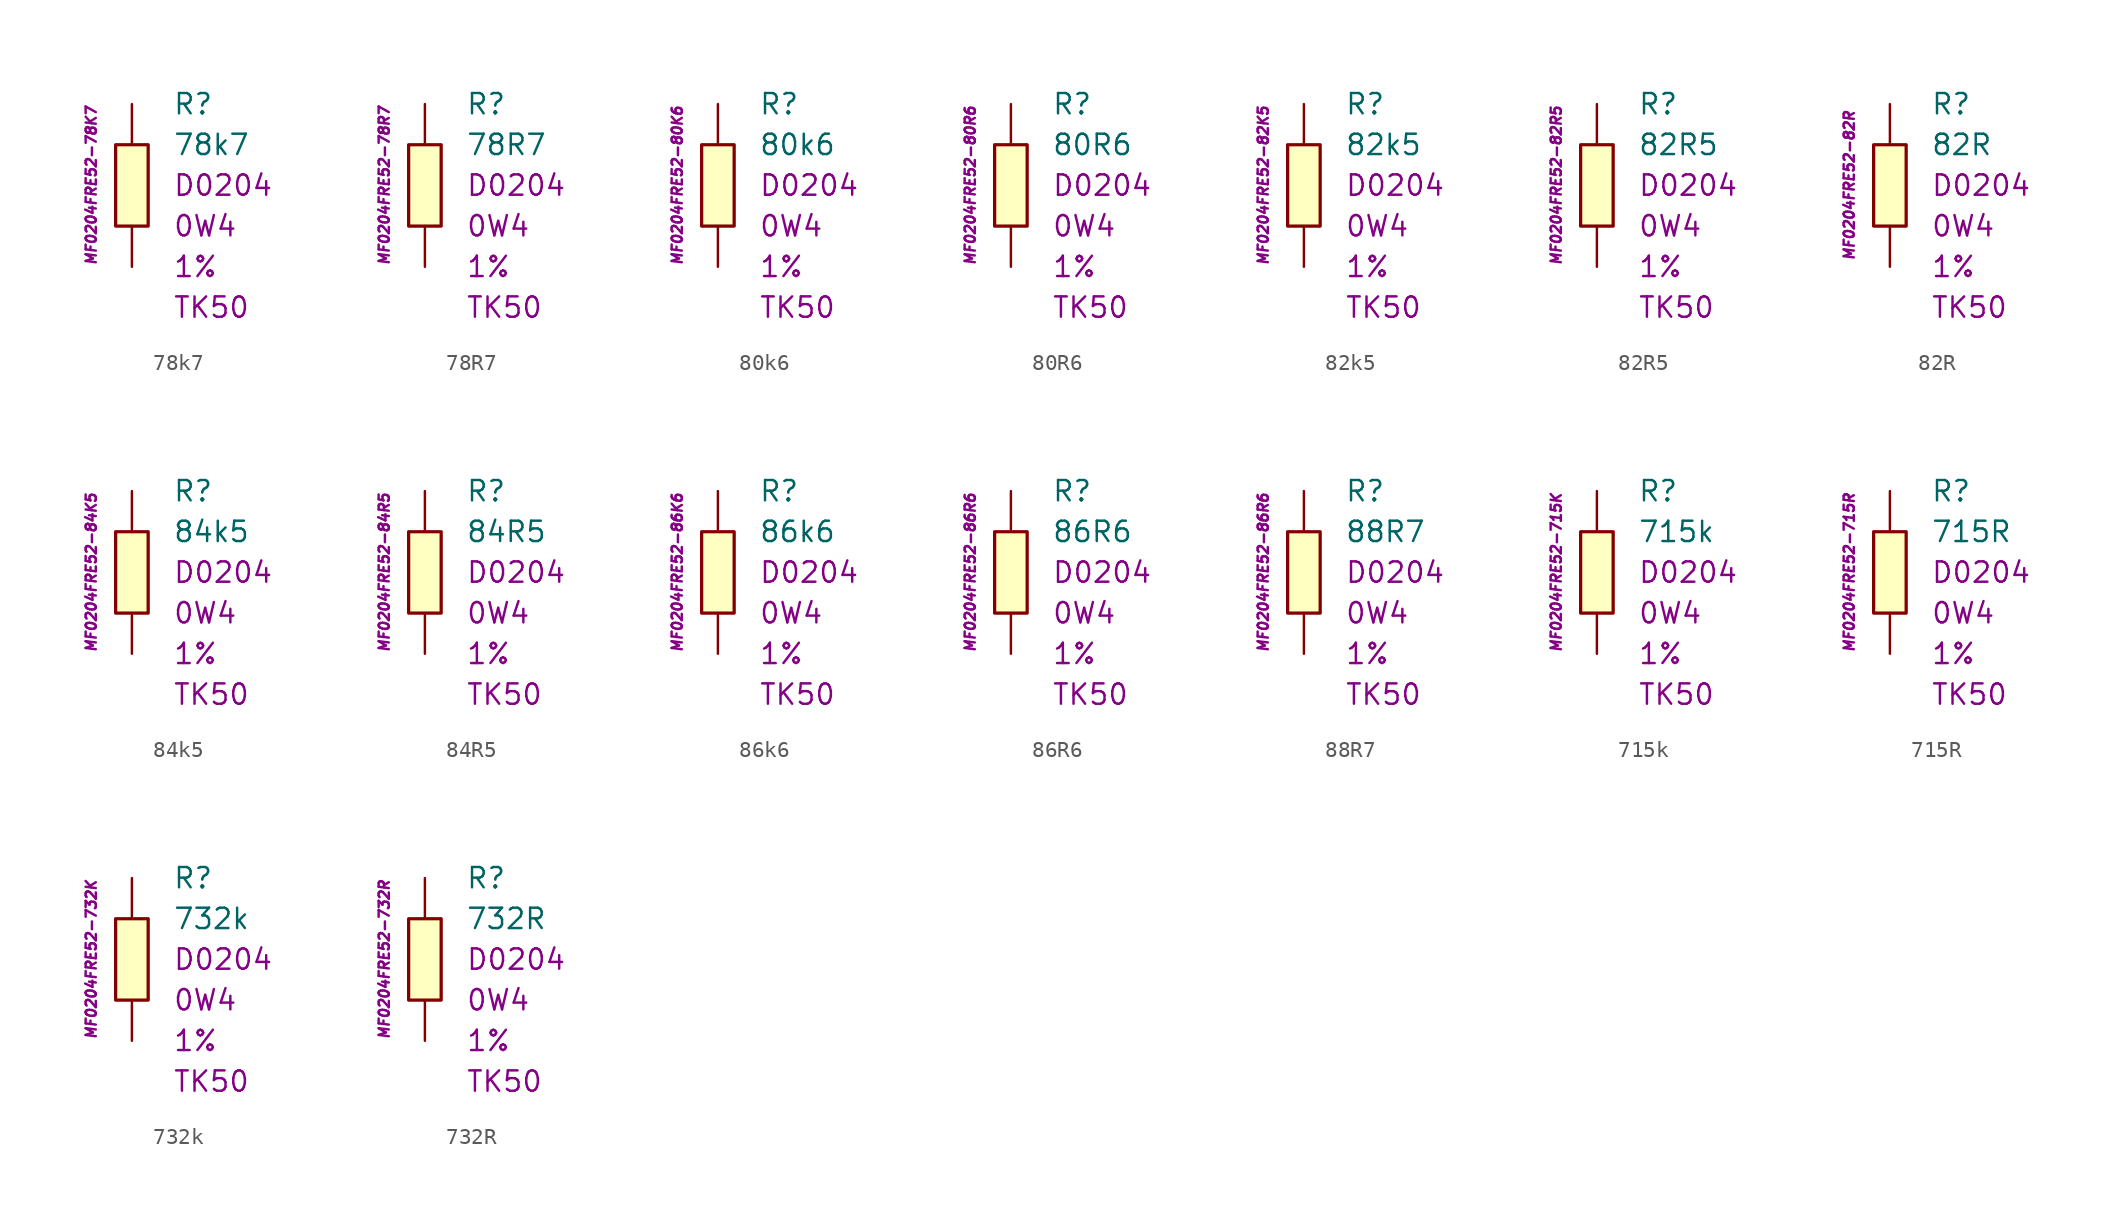
<source format=kicad_sym>
(kicad_symbol_lib
  (version 20201005)
  (generator kicad_symbol_editor)
  (symbol "78k7"
    (pin_numbers hide)
    (pin_names
      (offset 1.016) hide)
    (property "Reference" "R"
      (at 2.54 5.08 0)
      (effects (font (size 1.27 1.27)) (justify left)))
    (property "Value" "78k7"
      (at 2.54 2.54 0)
      (effects (font (size 1.27 1.27)) (justify left)))
    (property "Package" "D0204"
      (at 2.54 0 0)
      (effects (font (size 1.27 1.27)) (justify left)))
    (property "Power" "0W4"
      (at 2.54 -2.54 0)
      (effects (font (size 1.27 1.27)) (justify left)))
    (property "Tolerance" "1%"
      (at 2.54 -5.08 0)
      (effects (font (size 1.27 1.27)) (justify left)))
    (property "TK" "TK50"
      (at 2.54 -7.62 0)
      (effects (font (size 1.27 1.27)) (justify left)))
    (property "ID" "MF0204FRE52-78K7"
      (at -2.54 0 90)
      (effects (font (size 0.635 0.635) italic)))
    (symbol "78k7_0_1"
      (rectangle (start -1.016 2.54) (end 1.016 -2.54) (stroke (width 0.203)) (fill (type background))))
    (symbol "78k7_1_1"
      (pin passive line (at 0 5.08 270) (length 2.54) (name "~" (effects (font (size 1.778 1.778)))) (number "1" (effects (font (size 1.778 1.778)))))
      (pin passive line (at 0 -5.08 90) (length 2.54) (name "~" (effects (font (size 1.778 1.778)))) (number "2" (effects (font (size 1.778 1.778)))))))
  (symbol "78R7"
    (pin_numbers hide)
    (pin_names
      (offset 1.016) hide)
    (property "Reference" "R"
      (at 2.54 5.08 0)
      (effects (font (size 1.27 1.27)) (justify left)))
    (property "Value" "78R7"
      (at 2.54 2.54 0)
      (effects (font (size 1.27 1.27)) (justify left)))
    (property "Package" "D0204"
      (at 2.54 0 0)
      (effects (font (size 1.27 1.27)) (justify left)))
    (property "Power" "0W4"
      (at 2.54 -2.54 0)
      (effects (font (size 1.27 1.27)) (justify left)))
    (property "Tolerance" "1%"
      (at 2.54 -5.08 0)
      (effects (font (size 1.27 1.27)) (justify left)))
    (property "TK" "TK50"
      (at 2.54 -7.62 0)
      (effects (font (size 1.27 1.27)) (justify left)))
    (property "ID" "MF0204FRE52-78R7"
      (at -2.54 0 90)
      (effects (font (size 0.635 0.635) italic)))
    (symbol "78R7_0_1"
      (rectangle (start -1.016 2.54) (end 1.016 -2.54) (stroke (width 0.203)) (fill (type background))))
    (symbol "78R7_1_1"
      (pin passive line (at 0 5.08 270) (length 2.54) (name "~" (effects (font (size 1.778 1.778)))) (number "1" (effects (font (size 1.778 1.778)))))
      (pin passive line (at 0 -5.08 90) (length 2.54) (name "~" (effects (font (size 1.778 1.778)))) (number "2" (effects (font (size 1.778 1.778)))))))
  (symbol "80k6"
    (pin_numbers hide)
    (pin_names
      (offset 1.016) hide)
    (property "Reference" "R"
      (at 2.54 5.08 0)
      (effects (font (size 1.27 1.27)) (justify left)))
    (property "Value" "80k6"
      (at 2.54 2.54 0)
      (effects (font (size 1.27 1.27)) (justify left)))
    (property "Package" "D0204"
      (at 2.54 0 0)
      (effects (font (size 1.27 1.27)) (justify left)))
    (property "Power" "0W4"
      (at 2.54 -2.54 0)
      (effects (font (size 1.27 1.27)) (justify left)))
    (property "Tolerance" "1%"
      (at 2.54 -5.08 0)
      (effects (font (size 1.27 1.27)) (justify left)))
    (property "TK" "TK50"
      (at 2.54 -7.62 0)
      (effects (font (size 1.27 1.27)) (justify left)))
    (property "ID" "MF0204FRE52-80K6"
      (at -2.54 0 90)
      (effects (font (size 0.635 0.635) italic)))
    (symbol "80k6_0_1"
      (rectangle (start -1.016 2.54) (end 1.016 -2.54) (stroke (width 0.203)) (fill (type background))))
    (symbol "80k6_1_1"
      (pin passive line (at 0 5.08 270) (length 2.54) (name "~" (effects (font (size 1.778 1.778)))) (number "1" (effects (font (size 1.778 1.778)))))
      (pin passive line (at 0 -5.08 90) (length 2.54) (name "~" (effects (font (size 1.778 1.778)))) (number "2" (effects (font (size 1.778 1.778)))))))
  (symbol "80R6"
    (pin_numbers hide)
    (pin_names
      (offset 1.016) hide)
    (property "Reference" "R"
      (at 2.54 5.08 0)
      (effects (font (size 1.27 1.27)) (justify left)))
    (property "Value" "80R6"
      (at 2.54 2.54 0)
      (effects (font (size 1.27 1.27)) (justify left)))
    (property "Package" "D0204"
      (at 2.54 0 0)
      (effects (font (size 1.27 1.27)) (justify left)))
    (property "Power" "0W4"
      (at 2.54 -2.54 0)
      (effects (font (size 1.27 1.27)) (justify left)))
    (property "Tolerance" "1%"
      (at 2.54 -5.08 0)
      (effects (font (size 1.27 1.27)) (justify left)))
    (property "TK" "TK50"
      (at 2.54 -7.62 0)
      (effects (font (size 1.27 1.27)) (justify left)))
    (property "ID" "MF0204FRE52-80R6"
      (at -2.54 0 90)
      (effects (font (size 0.635 0.635) italic)))
    (symbol "80R6_0_1"
      (rectangle (start -1.016 2.54) (end 1.016 -2.54) (stroke (width 0.203)) (fill (type background))))
    (symbol "80R6_1_1"
      (pin passive line (at 0 5.08 270) (length 2.54) (name "~" (effects (font (size 1.778 1.778)))) (number "1" (effects (font (size 1.778 1.778)))))
      (pin passive line (at 0 -5.08 90) (length 2.54) (name "~" (effects (font (size 1.778 1.778)))) (number "2" (effects (font (size 1.778 1.778)))))))
  (symbol "82k5"
    (pin_numbers hide)
    (pin_names
      (offset 1.016) hide)
    (property "Reference" "R"
      (at 2.54 5.08 0)
      (effects (font (size 1.27 1.27)) (justify left)))
    (property "Value" "82k5"
      (at 2.54 2.54 0)
      (effects (font (size 1.27 1.27)) (justify left)))
    (property "Package" "D0204"
      (at 2.54 0 0)
      (effects (font (size 1.27 1.27)) (justify left)))
    (property "Power" "0W4"
      (at 2.54 -2.54 0)
      (effects (font (size 1.27 1.27)) (justify left)))
    (property "Tolerance" "1%"
      (at 2.54 -5.08 0)
      (effects (font (size 1.27 1.27)) (justify left)))
    (property "TK" "TK50"
      (at 2.54 -7.62 0)
      (effects (font (size 1.27 1.27)) (justify left)))
    (property "ID" "MF0204FRE52-82K5"
      (at -2.54 0 90)
      (effects (font (size 0.635 0.635) italic)))
    (symbol "82k5_0_1"
      (rectangle (start -1.016 2.54) (end 1.016 -2.54) (stroke (width 0.203)) (fill (type background))))
    (symbol "82k5_1_1"
      (pin passive line (at 0 5.08 270) (length 2.54) (name "~" (effects (font (size 1.778 1.778)))) (number "1" (effects (font (size 1.778 1.778)))))
      (pin passive line (at 0 -5.08 90) (length 2.54) (name "~" (effects (font (size 1.778 1.778)))) (number "2" (effects (font (size 1.778 1.778)))))))
  (symbol "82R5"
    (pin_numbers hide)
    (pin_names
      (offset 1.016) hide)
    (property "Reference" "R"
      (at 2.54 5.08 0)
      (effects (font (size 1.27 1.27)) (justify left)))
    (property "Value" "82R5"
      (at 2.54 2.54 0)
      (effects (font (size 1.27 1.27)) (justify left)))
    (property "Package" "D0204"
      (at 2.54 0 0)
      (effects (font (size 1.27 1.27)) (justify left)))
    (property "Power" "0W4"
      (at 2.54 -2.54 0)
      (effects (font (size 1.27 1.27)) (justify left)))
    (property "Tolerance" "1%"
      (at 2.54 -5.08 0)
      (effects (font (size 1.27 1.27)) (justify left)))
    (property "TK" "TK50"
      (at 2.54 -7.62 0)
      (effects (font (size 1.27 1.27)) (justify left)))
    (property "ID" "MF0204FRE52-82R5"
      (at -2.54 0 90)
      (effects (font (size 0.635 0.635) italic)))
    (symbol "82R5_0_1"
      (rectangle (start -1.016 2.54) (end 1.016 -2.54) (stroke (width 0.203)) (fill (type background))))
    (symbol "82R5_1_1"
      (pin passive line (at 0 5.08 270) (length 2.54) (name "~" (effects (font (size 1.778 1.778)))) (number "1" (effects (font (size 1.778 1.778)))))
      (pin passive line (at 0 -5.08 90) (length 2.54) (name "~" (effects (font (size 1.778 1.778)))) (number "2" (effects (font (size 1.778 1.778)))))))
  (symbol "82R"
    (pin_numbers hide)
    (pin_names
      (offset 1.016) hide)
    (property "Reference" "R"
      (at 2.54 5.08 0)
      (effects (font (size 1.27 1.27)) (justify left)))
    (property "Value" "82R"
      (at 2.54 2.54 0)
      (effects (font (size 1.27 1.27)) (justify left)))
    (property "Package" "D0204"
      (at 2.54 0 0)
      (effects (font (size 1.27 1.27)) (justify left)))
    (property "Power" "0W4"
      (at 2.54 -2.54 0)
      (effects (font (size 1.27 1.27)) (justify left)))
    (property "Tolerance" "1%"
      (at 2.54 -5.08 0)
      (effects (font (size 1.27 1.27)) (justify left)))
    (property "TK" "TK50"
      (at 2.54 -7.62 0)
      (effects (font (size 1.27 1.27)) (justify left)))
    (property "ID" "MF0204FRE52-82R"
      (at -2.54 0 90)
      (effects (font (size 0.635 0.635) italic)))
    (symbol "82R_0_1"
      (rectangle (start -1.016 2.54) (end 1.016 -2.54) (stroke (width 0.203)) (fill (type background))))
    (symbol "82R_1_1"
      (pin passive line (at 0 5.08 270) (length 2.54) (name "~" (effects (font (size 1.778 1.778)))) (number "1" (effects (font (size 1.778 1.778)))))
      (pin passive line (at 0 -5.08 90) (length 2.54) (name "~" (effects (font (size 1.778 1.778)))) (number "2" (effects (font (size 1.778 1.778)))))))
  (symbol "84k5"
    (pin_numbers hide)
    (pin_names
      (offset 1.016) hide)
    (property "Reference" "R"
      (at 2.54 5.08 0)
      (effects (font (size 1.27 1.27)) (justify left)))
    (property "Value" "84k5"
      (at 2.54 2.54 0)
      (effects (font (size 1.27 1.27)) (justify left)))
    (property "Package" "D0204"
      (at 2.54 0 0)
      (effects (font (size 1.27 1.27)) (justify left)))
    (property "Power" "0W4"
      (at 2.54 -2.54 0)
      (effects (font (size 1.27 1.27)) (justify left)))
    (property "Tolerance" "1%"
      (at 2.54 -5.08 0)
      (effects (font (size 1.27 1.27)) (justify left)))
    (property "TK" "TK50"
      (at 2.54 -7.62 0)
      (effects (font (size 1.27 1.27)) (justify left)))
    (property "ID" "MF0204FRE52-84K5"
      (at -2.54 0 90)
      (effects (font (size 0.635 0.635) italic)))
    (symbol "84k5_0_1"
      (rectangle (start -1.016 2.54) (end 1.016 -2.54) (stroke (width 0.203)) (fill (type background))))
    (symbol "84k5_1_1"
      (pin passive line (at 0 5.08 270) (length 2.54) (name "~" (effects (font (size 1.778 1.778)))) (number "1" (effects (font (size 1.778 1.778)))))
      (pin passive line (at 0 -5.08 90) (length 2.54) (name "~" (effects (font (size 1.778 1.778)))) (number "2" (effects (font (size 1.778 1.778)))))))
  (symbol "84R5"
    (pin_numbers hide)
    (pin_names
      (offset 1.016) hide)
    (property "Reference" "R"
      (at 2.54 5.08 0)
      (effects (font (size 1.27 1.27)) (justify left)))
    (property "Value" "84R5"
      (at 2.54 2.54 0)
      (effects (font (size 1.27 1.27)) (justify left)))
    (property "Package" "D0204"
      (at 2.54 0 0)
      (effects (font (size 1.27 1.27)) (justify left)))
    (property "Power" "0W4"
      (at 2.54 -2.54 0)
      (effects (font (size 1.27 1.27)) (justify left)))
    (property "Tolerance" "1%"
      (at 2.54 -5.08 0)
      (effects (font (size 1.27 1.27)) (justify left)))
    (property "TK" "TK50"
      (at 2.54 -7.62 0)
      (effects (font (size 1.27 1.27)) (justify left)))
    (property "ID" "MF0204FRE52-84R5"
      (at -2.54 0 90)
      (effects (font (size 0.635 0.635) italic)))
    (symbol "84R5_0_1"
      (rectangle (start -1.016 2.54) (end 1.016 -2.54) (stroke (width 0.203)) (fill (type background))))
    (symbol "84R5_1_1"
      (pin passive line (at 0 5.08 270) (length 2.54) (name "~" (effects (font (size 1.778 1.778)))) (number "1" (effects (font (size 1.778 1.778)))))
      (pin passive line (at 0 -5.08 90) (length 2.54) (name "~" (effects (font (size 1.778 1.778)))) (number "2" (effects (font (size 1.778 1.778)))))))
  (symbol "86k6"
    (pin_numbers hide)
    (pin_names
      (offset 1.016) hide)
    (property "Reference" "R"
      (at 2.54 5.08 0)
      (effects (font (size 1.27 1.27)) (justify left)))
    (property "Value" "86k6"
      (at 2.54 2.54 0)
      (effects (font (size 1.27 1.27)) (justify left)))
    (property "Package" "D0204"
      (at 2.54 0 0)
      (effects (font (size 1.27 1.27)) (justify left)))
    (property "Power" "0W4"
      (at 2.54 -2.54 0)
      (effects (font (size 1.27 1.27)) (justify left)))
    (property "Tolerance" "1%"
      (at 2.54 -5.08 0)
      (effects (font (size 1.27 1.27)) (justify left)))
    (property "TK" "TK50"
      (at 2.54 -7.62 0)
      (effects (font (size 1.27 1.27)) (justify left)))
    (property "ID" "MF0204FRE52-86K6"
      (at -2.54 0 90)
      (effects (font (size 0.635 0.635) italic)))
    (symbol "86k6_0_1"
      (rectangle (start -1.016 2.54) (end 1.016 -2.54) (stroke (width 0.203)) (fill (type background))))
    (symbol "86k6_1_1"
      (pin passive line (at 0 5.08 270) (length 2.54) (name "~" (effects (font (size 1.778 1.778)))) (number "1" (effects (font (size 1.778 1.778)))))
      (pin passive line (at 0 -5.08 90) (length 2.54) (name "~" (effects (font (size 1.778 1.778)))) (number "2" (effects (font (size 1.778 1.778)))))))
  (symbol "86R6"
    (pin_numbers hide)
    (pin_names
      (offset 1.016) hide)
    (property "Reference" "R"
      (at 2.54 5.08 0)
      (effects (font (size 1.27 1.27)) (justify left)))
    (property "Value" "86R6"
      (at 2.54 2.54 0)
      (effects (font (size 1.27 1.27)) (justify left)))
    (property "Package" "D0204"
      (at 2.54 0 0)
      (effects (font (size 1.27 1.27)) (justify left)))
    (property "Power" "0W4"
      (at 2.54 -2.54 0)
      (effects (font (size 1.27 1.27)) (justify left)))
    (property "Tolerance" "1%"
      (at 2.54 -5.08 0)
      (effects (font (size 1.27 1.27)) (justify left)))
    (property "TK" "TK50"
      (at 2.54 -7.62 0)
      (effects (font (size 1.27 1.27)) (justify left)))
    (property "ID" "MF0204FRE52-86R6"
      (at -2.54 0 90)
      (effects (font (size 0.635 0.635) italic)))
    (symbol "86R6_0_1"
      (rectangle (start -1.016 2.54) (end 1.016 -2.54) (stroke (width 0.203)) (fill (type background))))
    (symbol "86R6_1_1"
      (pin passive line (at 0 5.08 270) (length 2.54) (name "~" (effects (font (size 1.778 1.778)))) (number "1" (effects (font (size 1.778 1.778)))))
      (pin passive line (at 0 -5.08 90) (length 2.54) (name "~" (effects (font (size 1.778 1.778)))) (number "2" (effects (font (size 1.778 1.778)))))))
  (symbol "88R7"
    (pin_numbers hide)
    (pin_names
      (offset 1.016) hide)
    (property "Reference" "R"
      (at 2.54 5.08 0)
      (effects (font (size 1.27 1.27)) (justify left)))
    (property "Value" "88R7"
      (at 2.54 2.54 0)
      (effects (font (size 1.27 1.27)) (justify left)))
    (property "Package" "D0204"
      (at 2.54 0 0)
      (effects (font (size 1.27 1.27)) (justify left)))
    (property "Power" "0W4"
      (at 2.54 -2.54 0)
      (effects (font (size 1.27 1.27)) (justify left)))
    (property "Tolerance" "1%"
      (at 2.54 -5.08 0)
      (effects (font (size 1.27 1.27)) (justify left)))
    (property "TK" "TK50"
      (at 2.54 -7.62 0)
      (effects (font (size 1.27 1.27)) (justify left)))
    (property "ID" "MF0204FRE52-86R6"
      (at -2.54 0 90)
      (effects (font (size 0.635 0.635) italic)))
    (symbol "88R7_0_1"
      (rectangle (start -1.016 2.54) (end 1.016 -2.54) (stroke (width 0.203)) (fill (type background))))
    (symbol "88R7_1_1"
      (pin passive line (at 0 5.08 270) (length 2.54) (name "~" (effects (font (size 1.778 1.778)))) (number "1" (effects (font (size 1.778 1.778)))))
      (pin passive line (at 0 -5.08 90) (length 2.54) (name "~" (effects (font (size 1.778 1.778)))) (number "2" (effects (font (size 1.778 1.778)))))))
  (symbol "715k"
    (pin_numbers hide)
    (pin_names
      (offset 1.016) hide)
    (property "Reference" "R"
      (at 2.54 5.08 0)
      (effects (font (size 1.27 1.27)) (justify left)))
    (property "Value" "715k"
      (at 2.54 2.54 0)
      (effects (font (size 1.27 1.27)) (justify left)))
    (property "Package" "D0204"
      (at 2.54 0 0)
      (effects (font (size 1.27 1.27)) (justify left)))
    (property "Power" "0W4"
      (at 2.54 -2.54 0)
      (effects (font (size 1.27 1.27)) (justify left)))
    (property "Tolerance" "1%"
      (at 2.54 -5.08 0)
      (effects (font (size 1.27 1.27)) (justify left)))
    (property "TK" "TK50"
      (at 2.54 -7.62 0)
      (effects (font (size 1.27 1.27)) (justify left)))
    (property "ID" "MF0204FRE52-715K"
      (at -2.54 0 90)
      (effects (font (size 0.635 0.635) italic)))
    (symbol "715k_0_1"
      (rectangle (start -1.016 2.54) (end 1.016 -2.54) (stroke (width 0.203)) (fill (type background))))
    (symbol "715k_1_1"
      (pin passive line (at 0 5.08 270) (length 2.54) (name "~" (effects (font (size 1.778 1.778)))) (number "1" (effects (font (size 1.778 1.778)))))
      (pin passive line (at 0 -5.08 90) (length 2.54) (name "~" (effects (font (size 1.778 1.778)))) (number "2" (effects (font (size 1.778 1.778)))))))
  (symbol "715R"
    (pin_numbers hide)
    (pin_names
      (offset 1.016) hide)
    (property "Reference" "R"
      (at 2.54 5.08 0)
      (effects (font (size 1.27 1.27)) (justify left)))
    (property "Value" "715R"
      (at 2.54 2.54 0)
      (effects (font (size 1.27 1.27)) (justify left)))
    (property "Package" "D0204"
      (at 2.54 0 0)
      (effects (font (size 1.27 1.27)) (justify left)))
    (property "Power" "0W4"
      (at 2.54 -2.54 0)
      (effects (font (size 1.27 1.27)) (justify left)))
    (property "Tolerance" "1%"
      (at 2.54 -5.08 0)
      (effects (font (size 1.27 1.27)) (justify left)))
    (property "TK" "TK50"
      (at 2.54 -7.62 0)
      (effects (font (size 1.27 1.27)) (justify left)))
    (property "ID" "MF0204FRE52-715R"
      (at -2.54 0 90)
      (effects (font (size 0.635 0.635) italic)))
    (symbol "715R_0_1"
      (rectangle (start -1.016 2.54) (end 1.016 -2.54) (stroke (width 0.203)) (fill (type background))))
    (symbol "715R_1_1"
      (pin passive line (at 0 5.08 270) (length 2.54) (name "~" (effects (font (size 1.778 1.778)))) (number "1" (effects (font (size 1.778 1.778)))))
      (pin passive line (at 0 -5.08 90) (length 2.54) (name "~" (effects (font (size 1.778 1.778)))) (number "2" (effects (font (size 1.778 1.778)))))))
  (symbol "732k"
    (pin_numbers hide)
    (pin_names
      (offset 1.016) hide)
    (property "Reference" "R"
      (at 2.54 5.08 0)
      (effects (font (size 1.27 1.27)) (justify left)))
    (property "Value" "732k"
      (at 2.54 2.54 0)
      (effects (font (size 1.27 1.27)) (justify left)))
    (property "Package" "D0204"
      (at 2.54 0 0)
      (effects (font (size 1.27 1.27)) (justify left)))
    (property "Power" "0W4"
      (at 2.54 -2.54 0)
      (effects (font (size 1.27 1.27)) (justify left)))
    (property "Tolerance" "1%"
      (at 2.54 -5.08 0)
      (effects (font (size 1.27 1.27)) (justify left)))
    (property "TK" "TK50"
      (at 2.54 -7.62 0)
      (effects (font (size 1.27 1.27)) (justify left)))
    (property "ID" "MF0204FRE52-732K"
      (at -2.54 0 90)
      (effects (font (size 0.635 0.635) italic)))
    (symbol "732k_0_1"
      (rectangle (start -1.016 2.54) (end 1.016 -2.54) (stroke (width 0.203)) (fill (type background))))
    (symbol "732k_1_1"
      (pin passive line (at 0 5.08 270) (length 2.54) (name "~" (effects (font (size 1.778 1.778)))) (number "1" (effects (font (size 1.778 1.778)))))
      (pin passive line (at 0 -5.08 90) (length 2.54) (name "~" (effects (font (size 1.778 1.778)))) (number "2" (effects (font (size 1.778 1.778)))))))
  (symbol "732R"
    (pin_numbers hide)
    (pin_names
      (offset 1.016) hide)
    (property "Reference" "R"
      (at 2.54 5.08 0)
      (effects (font (size 1.27 1.27)) (justify left)))
    (property "Value" "732R"
      (at 2.54 2.54 0)
      (effects (font (size 1.27 1.27)) (justify left)))
    (property "Package" "D0204"
      (at 2.54 0 0)
      (effects (font (size 1.27 1.27)) (justify left)))
    (property "Power" "0W4"
      (at 2.54 -2.54 0)
      (effects (font (size 1.27 1.27)) (justify left)))
    (property "Tolerance" "1%"
      (at 2.54 -5.08 0)
      (effects (font (size 1.27 1.27)) (justify left)))
    (property "TK" "TK50"
      (at 2.54 -7.62 0)
      (effects (font (size 1.27 1.27)) (justify left)))
    (property "ID" "MF0204FRE52-732R"
      (at -2.54 0 90)
      (effects (font (size 0.635 0.635) italic)))
    (symbol "732R_0_1"
      (rectangle (start -1.016 2.54) (end 1.016 -2.54) (stroke (width 0.203)) (fill (type background))))
    (symbol "732R_1_1"
      (pin passive line (at 0 5.08 270) (length 2.54) (name "~" (effects (font (size 1.778 1.778)))) (number "1" (effects (font (size 1.778 1.778)))))
      (pin passive line (at 0 -5.08 90) (length 2.54) (name "~" (effects (font (size 1.778 1.778)))) (number "2" (effects (font (size 1.778 1.778))))))))
</source>
